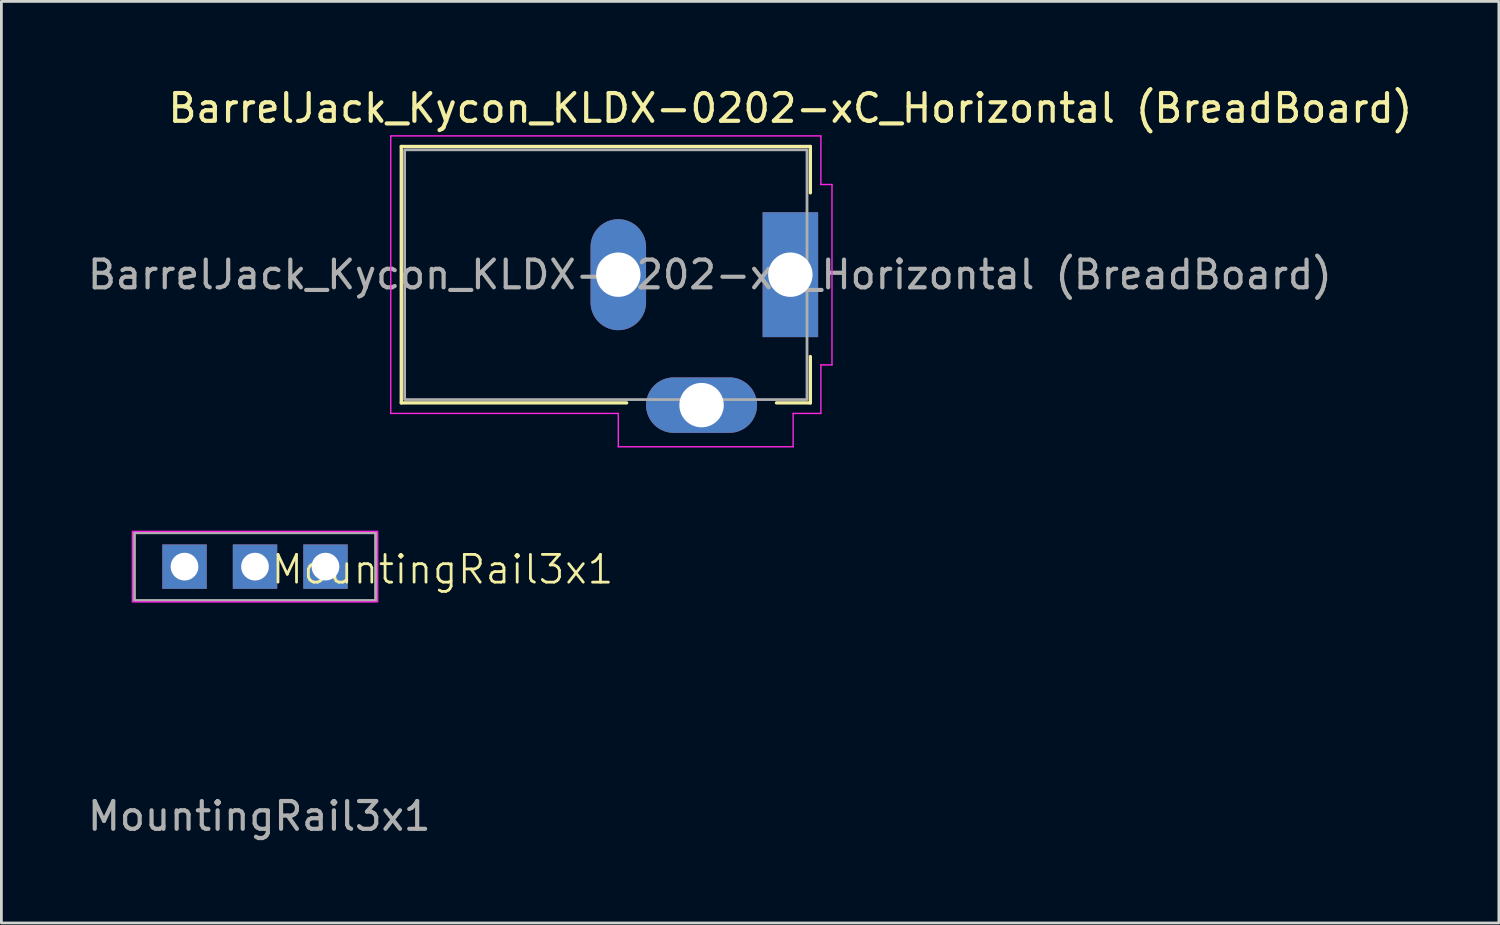
<source format=kicad_pcb>
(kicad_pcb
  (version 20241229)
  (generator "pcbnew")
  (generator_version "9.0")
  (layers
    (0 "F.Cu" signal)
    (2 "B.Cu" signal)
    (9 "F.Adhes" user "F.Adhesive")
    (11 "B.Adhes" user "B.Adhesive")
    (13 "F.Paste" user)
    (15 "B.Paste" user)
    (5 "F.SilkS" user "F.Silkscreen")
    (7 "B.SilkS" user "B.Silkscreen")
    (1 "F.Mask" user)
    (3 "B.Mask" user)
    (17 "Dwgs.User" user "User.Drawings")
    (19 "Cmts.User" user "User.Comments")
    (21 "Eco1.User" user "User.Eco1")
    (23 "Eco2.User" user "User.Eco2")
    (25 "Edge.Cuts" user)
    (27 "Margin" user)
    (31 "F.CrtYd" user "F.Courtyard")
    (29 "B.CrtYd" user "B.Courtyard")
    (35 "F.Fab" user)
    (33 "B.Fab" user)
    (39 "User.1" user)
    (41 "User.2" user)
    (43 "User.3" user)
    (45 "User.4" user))
  (footprint "BarrelJack_Kycon_KLDX-0202-xC_Horizontal (BreadBoard)"
    (layer "F.Cu")
    (at 25.43 6.848)
    (property "Reference" "BarrelJack_Kycon_KLDX-0202-xC_Horizontal (BreadBoard)" (at 0 -6 0) (unlocked yes) (layer "F.SilkS") (effects (font (size 1 1) (thickness 0.15))))
    (attr through_hole)
    (fp_line (start -14.02 -4.62) (end -14.02 4.62) (stroke (width 0.12) (type solid)) (layer "F.SilkS"))
    (fp_line (start -14.02 4.62) (end -5.9 4.62) (stroke (width 0.12) (type solid)) (layer "F.SilkS"))
    (fp_line (start -0.5 4.62) (end 0.72 4.62) (stroke (width 0.12) (type solid)) (layer "F.SilkS"))
    (fp_line (start 0.72 -4.62) (end -14.02 -4.62) (stroke (width 0.12) (type solid)) (layer "F.SilkS"))
    (fp_line (start 0.72 -2.95) (end 0.72 -4.62) (stroke (width 0.12) (type solid)) (layer "F.SilkS"))
    (fp_line (start 0.72 4.62) (end 0.72 2.95) (stroke (width 0.12) (type solid)) (layer "F.SilkS"))
    (fp_line (start -14.4 -5) (end 1.1 -5) (stroke (width 0.05) (type solid)) (layer "F.CrtYd"))
    (fp_line (start -14.4 5) (end -14.4 -5) (stroke (width 0.05) (type solid)) (layer "F.CrtYd"))
    (fp_line (start -6.2 5) (end -14.4 5) (stroke (width 0.05) (type solid)) (layer "F.CrtYd"))
    (fp_line (start -6.2 6.2) (end -6.2 5) (stroke (width 0.05) (type solid)) (layer "F.CrtYd"))
    (fp_line (start 0.1 5) (end 0.1 6.2) (stroke (width 0.05) (type solid)) (layer "F.CrtYd"))
    (fp_line (start 0.1 6.2) (end -6.2 6.2) (stroke (width 0.05) (type solid)) (layer "F.CrtYd"))
    (fp_line (start 1.1 -5) (end 1.1 -3.25) (stroke (width 0.05) (type solid)) (layer "F.CrtYd"))
    (fp_line (start 1.1 -3.25) (end 1.5 -3.25) (stroke (width 0.05) (type solid)) (layer "F.CrtYd"))
    (fp_line (start 1.1 3.25) (end 1.1 5) (stroke (width 0.05) (type solid)) (layer "F.CrtYd"))
    (fp_line (start 1.1 5) (end 0.1 5) (stroke (width 0.05) (type solid)) (layer "F.CrtYd"))
    (fp_line (start 1.5 -3.25) (end 1.5 3.25) (stroke (width 0.05) (type solid)) (layer "F.CrtYd"))
    (fp_line (start 1.5 3.25) (end 1.1 3.25) (stroke (width 0.05) (type solid)) (layer "F.CrtYd"))
    (fp_rect (start -13.9 -4.5) (end 0.6 4.5) (stroke (width 0.1) (type solid)) (fill no) (layer "F.Fab"))
    (fp_text user "${REFERENCE}" (at -2.9 0 0) (unlocked yes) (layer "F.Fab") (effects (font (size 1 1) (thickness 0.15))))
    (pad "1" thru_hole rect (at 0 0) (size 2 4.5) (drill oval 1.6) (layers "*.Cu" "*.Mask"))
    (pad "2" thru_hole oval (at -6.2 0) (size 2 4) (drill oval 1.6) (layers "*.Cu" "*.Mask"))
    (pad "3" thru_hole oval (at -3.2 4.7 90) (size 2 4) (drill oval 1.6) (layers "*.Cu" "*.Mask")))
  (footprint "MountingRail3x1"
    (layer "F.Cu")
    (at 6.19 17.47)
    (property "Reference" "MountingRail3x1" (at 6.706 0 0) (unlocked yes) (layer "F.SilkS") (effects (font (size 1 1) (thickness 0.1))))
    (attr through_hole)
    (fp_rect (start -4.47 -1.372) (end 4.369 1.168) (stroke (width 0.05) (type default)) (fill no) (layer "F.CrtYd"))
    (fp_rect (start -4.394 -1.321) (end 4.293 1.118) (stroke (width 0.1) (type default)) (fill no) (layer "F.Fab"))
    (fp_text user "${REFERENCE}" (at 0.102 8.89 0) (unlocked yes) (layer "F.Fab") (effects (font (size 1 1) (thickness 0.15))))
    (pad "1" thru_hole rect (at -2.591 -0.102) (size 1.6 1.6) (drill 1) (layers "*.Cu" "*.Mask"))
    (pad "2" thru_hole rect (at -0.051 -0.102) (size 1.6 1.6) (drill 1) (layers "*.Cu" "*.Mask"))
    (pad "3" thru_hole rect (at 2.489 -0.102) (size 1.6 1.6) (drill 1) (layers "*.Cu" "*.Mask")))
  (gr_rect
    (start -3 -3)
    (end 50.96 30.208)
    (stroke (width 0.1) (type default))
    (fill no)
    (layer "Edge.Cuts")))
</source>
